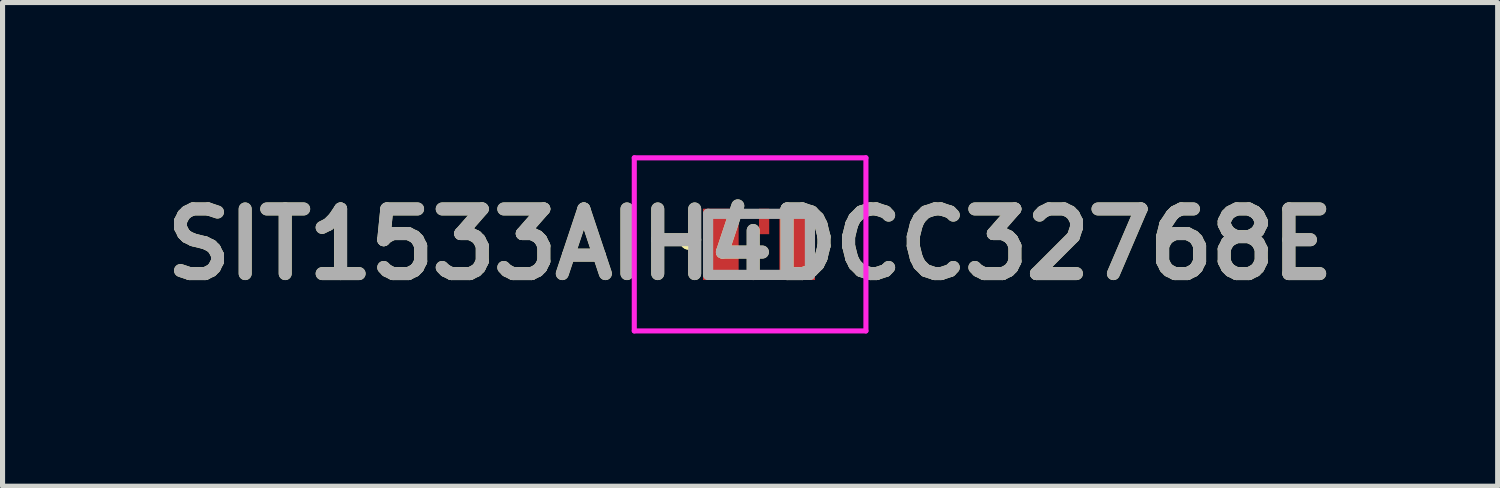
<source format=kicad_pcb>
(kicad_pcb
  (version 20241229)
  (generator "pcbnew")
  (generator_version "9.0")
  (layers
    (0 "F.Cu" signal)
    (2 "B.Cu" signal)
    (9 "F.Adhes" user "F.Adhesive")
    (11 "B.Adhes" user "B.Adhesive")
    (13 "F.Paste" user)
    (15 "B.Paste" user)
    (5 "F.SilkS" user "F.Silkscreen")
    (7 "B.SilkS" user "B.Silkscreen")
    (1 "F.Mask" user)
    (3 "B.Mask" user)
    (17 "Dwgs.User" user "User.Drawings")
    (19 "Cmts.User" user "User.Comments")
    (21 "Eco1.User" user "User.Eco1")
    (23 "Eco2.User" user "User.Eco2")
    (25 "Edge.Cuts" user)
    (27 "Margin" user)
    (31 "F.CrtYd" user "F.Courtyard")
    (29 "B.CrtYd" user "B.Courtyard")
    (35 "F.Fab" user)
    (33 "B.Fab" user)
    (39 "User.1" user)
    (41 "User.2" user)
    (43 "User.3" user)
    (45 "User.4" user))
  (footprint "SIT1533AIH4DCC32768E"
    (layer "F.Cu")
    (at 11.859 1.75)
    (property "Reference" "SIT1533AIH4DCC32768E" (at -0.175 0 0) (layer "F.SilkS") (effects (font (size 1.27 1.27) (thickness 0.254))))
    (attr smd)
    (fp_line (start -1.4 -0.1) (end -1.4 -0.1) (stroke (width 0.2) (type solid)) (layer "F.SilkS"))
    (fp_line (start -1.4 0) (end -1.4 0) (stroke (width 0.2) (type solid)) (layer "F.SilkS"))
    (fp_line (start -0.4 -0.6) (end 0 -0.6) (stroke (width 0.1) (type solid)) (layer "F.SilkS"))
    (fp_line (start 0.1 0.6) (end 0.3 0.6) (stroke (width 0.1) (type solid)) (layer "F.SilkS"))
    (fp_arc (start -1.4 -0.1) (mid -1.35 -0.05) (end -1.4 0) (stroke (width 0.2) (type solid)) (layer "F.SilkS"))
    (fp_arc (start -1.4 0) (mid -1.45 -0.05) (end -1.4 -0.1) (stroke (width 0.2) (type solid)) (layer "F.SilkS"))
    (fp_line (start -2.45 -1.7) (end 2.1 -1.7) (stroke (width 0.1) (type solid)) (layer "F.CrtYd"))
    (fp_line (start -2.45 1.7) (end -2.45 -1.7) (stroke (width 0.1) (type solid)) (layer "F.CrtYd"))
    (fp_line (start 2.1 -1.7) (end 2.1 1.7) (stroke (width 0.1) (type solid)) (layer "F.CrtYd"))
    (fp_line (start 2.1 1.7) (end -2.45 1.7) (stroke (width 0.1) (type solid)) (layer "F.CrtYd"))
    (fp_line (start -1 -0.6) (end 1 -0.6) (stroke (width 0.2) (type solid)) (layer "F.Fab"))
    (fp_line (start -1 0.6) (end -1 -0.6) (stroke (width 0.2) (type solid)) (layer "F.Fab"))
    (fp_line (start 1 -0.6) (end 1 0.6) (stroke (width 0.2) (type solid)) (layer "F.Fab"))
    (fp_line (start 1 0.6) (end -1 0.6) (stroke (width 0.2) (type solid)) (layer "F.Fab"))
    (fp_text user "${REFERENCE}" (at -0.175 0 0) (layer "F.Fab") (effects (font (size 1.27 1.27) (thickness 0.254))))
    (pad "1" smd rect (at -0.75 0) (size 0.7 1.4) (layers "F.Cu" "F.Mask" "F.Paste"))
    (pad "2" smd rect (at -0.1 0.45) (size 0.2 0.5) (layers "F.Cu" "F.Mask" "F.Paste"))
    (pad "3" smd rect (at 0.75 0) (size 0.7 1.4) (layers "F.Cu" "F.Mask" "F.Paste"))
    (pad "4" smd rect (at 0.1 -0.45) (size 0.2 0.5) (layers "F.Cu" "F.Mask" "F.Paste")))
  (gr_rect
    (start -3 -3)
    (end 26.368 6.5)
    (stroke (width 0.1) (type default))
    (fill no)
    (layer "Edge.Cuts")))
</source>
